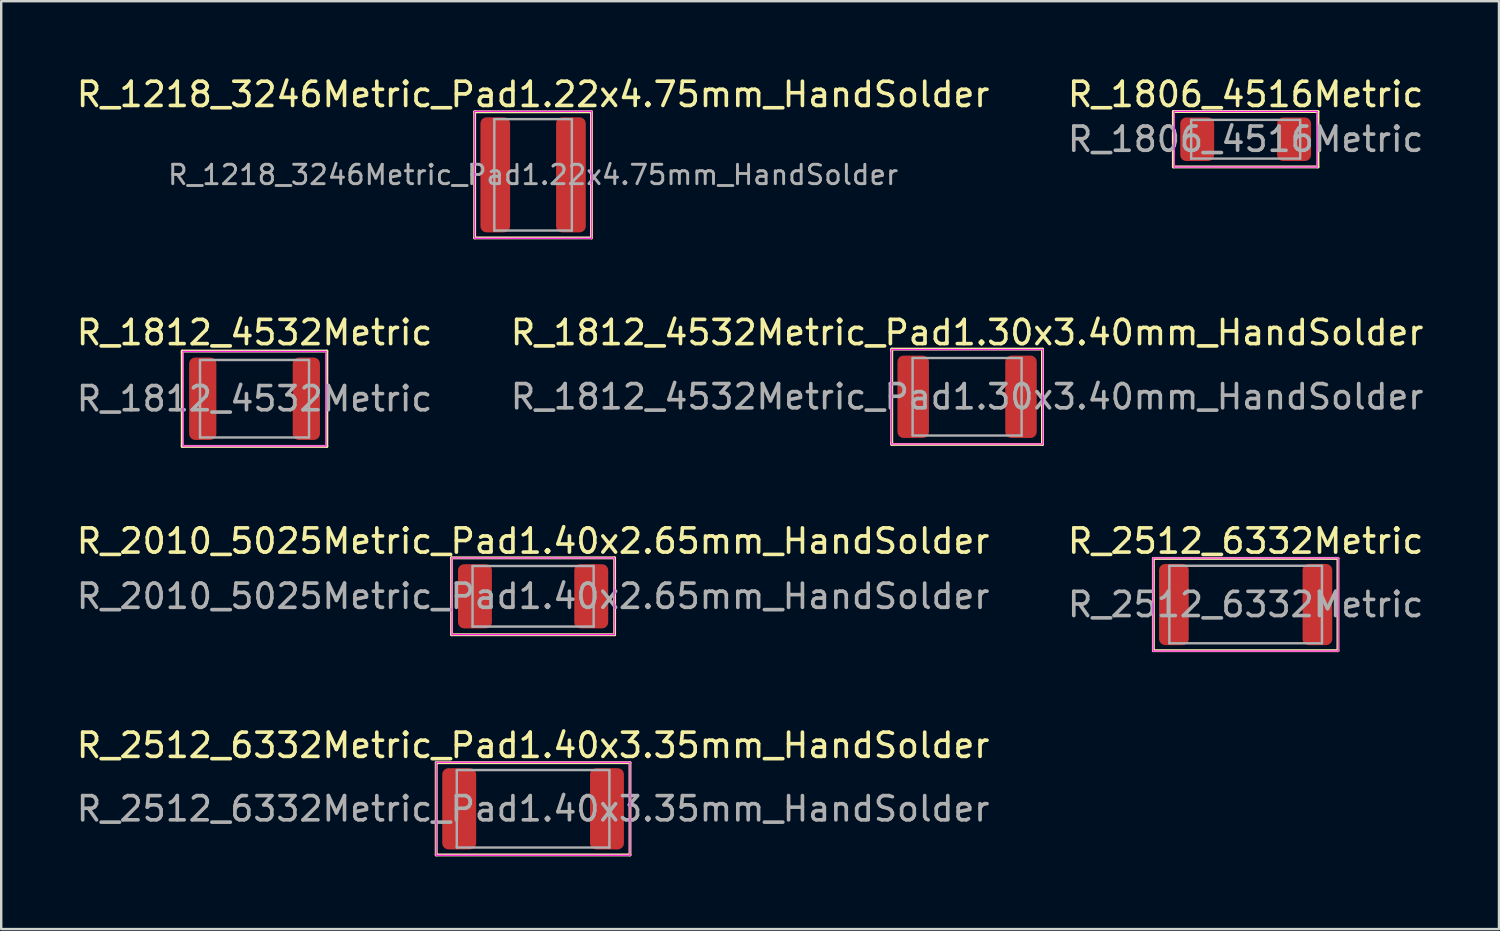
<source format=kicad_pcb>
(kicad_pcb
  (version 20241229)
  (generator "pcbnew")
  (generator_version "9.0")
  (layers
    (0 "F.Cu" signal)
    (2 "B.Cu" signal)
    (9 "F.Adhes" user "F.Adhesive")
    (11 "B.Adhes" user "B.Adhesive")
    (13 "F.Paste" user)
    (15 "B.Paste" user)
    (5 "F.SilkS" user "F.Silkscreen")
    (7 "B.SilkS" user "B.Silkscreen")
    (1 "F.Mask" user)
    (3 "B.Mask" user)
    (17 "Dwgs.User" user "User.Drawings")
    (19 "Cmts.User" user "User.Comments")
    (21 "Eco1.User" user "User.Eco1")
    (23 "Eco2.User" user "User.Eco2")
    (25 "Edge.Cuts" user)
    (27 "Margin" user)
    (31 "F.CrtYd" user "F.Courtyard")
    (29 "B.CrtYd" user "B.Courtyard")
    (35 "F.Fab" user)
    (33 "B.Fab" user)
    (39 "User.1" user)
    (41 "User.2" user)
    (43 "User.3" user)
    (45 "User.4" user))
  (footprint "R_1806_4516Metric"
    (layer "F.Cu")
    (at 48.375 2.698)
    (property "Reference" "R_1806_4516Metric" (at 0 -1.85 0) (layer "F.SilkS") (effects (font (size 1 1) (thickness 0.15))))
    (attr smd)
    (fp_line (start -2.985 -1.143) (end -2.985 1.143) (stroke (width 0.12) (type solid)) (layer "F.SilkS"))
    (fp_line (start -2.985 1.143) (end 2.985 1.143) (stroke (width 0.12) (type solid)) (layer "F.SilkS"))
    (fp_line (start 2.985 -1.143) (end -2.985 -1.143) (stroke (width 0.12) (type solid)) (layer "F.SilkS"))
    (fp_line (start 2.985 1.143) (end 2.985 -1.143) (stroke (width 0.12) (type solid)) (layer "F.SilkS"))
    (fp_line (start -2.95 -1.15) (end 2.95 -1.15) (stroke (width 0.05) (type solid)) (layer "F.CrtYd"))
    (fp_line (start -2.95 1.15) (end -2.95 -1.15) (stroke (width 0.05) (type solid)) (layer "F.CrtYd"))
    (fp_line (start 2.95 -1.15) (end 2.95 1.15) (stroke (width 0.05) (type solid)) (layer "F.CrtYd"))
    (fp_line (start 2.95 1.15) (end -2.95 1.15) (stroke (width 0.05) (type solid)) (layer "F.CrtYd"))
    (fp_line (start -2.25 -0.8) (end 2.25 -0.8) (stroke (width 0.1) (type solid)) (layer "F.Fab"))
    (fp_line (start -2.25 0.8) (end -2.25 -0.8) (stroke (width 0.1) (type solid)) (layer "F.Fab"))
    (fp_line (start 2.25 -0.8) (end 2.25 0.8) (stroke (width 0.1) (type solid)) (layer "F.Fab"))
    (fp_line (start 2.25 0.8) (end -2.25 0.8) (stroke (width 0.1) (type solid)) (layer "F.Fab"))
    (fp_text user "${REFERENCE}" (at 0 0 0) (layer "F.Fab") (effects (font (size 1 1) (thickness 0.15))))
    (pad "1" smd roundrect (at -2 0) (size 1.4 1.8) (layers "F.Cu" "F.Mask" "F.Paste") (roundrect_rratio 0.179))
    (pad "2" smd roundrect (at 2 0) (size 1.4 1.8) (layers "F.Cu" "F.Mask" "F.Paste") (roundrect_rratio 0.179)))
  (footprint "R_1812_4532Metric"
    (layer "F.Cu")
    (at 7.458 13.411)
    (property "Reference" "R_1812_4532Metric" (at 0 -2.731 0) (layer "F.SilkS") (effects (font (size 1 1) (thickness 0.15))))
    (attr smd)
    (fp_line (start -2.985 -1.968) (end -2.985 -1.905) (stroke (width 0.12) (type solid)) (layer "F.SilkS"))
    (fp_line (start -2.985 -1.905) (end -2.985 1.905) (stroke (width 0.12) (type solid)) (layer "F.SilkS"))
    (fp_line (start -2.985 1.905) (end -2.985 1.968) (stroke (width 0.12) (type solid)) (layer "F.SilkS"))
    (fp_line (start -2.985 1.968) (end 2.985 1.968) (stroke (width 0.12) (type solid)) (layer "F.SilkS"))
    (fp_line (start 2.985 -1.968) (end -2.985 -1.968) (stroke (width 0.12) (type solid)) (layer "F.SilkS"))
    (fp_line (start 2.985 1.968) (end 2.985 -1.968) (stroke (width 0.12) (type solid)) (layer "F.SilkS"))
    (fp_line (start -2.95 -1.95) (end 2.95 -1.95) (stroke (width 0.05) (type solid)) (layer "F.CrtYd"))
    (fp_line (start -2.95 1.95) (end -2.95 -1.95) (stroke (width 0.05) (type solid)) (layer "F.CrtYd"))
    (fp_line (start 2.95 -1.95) (end 2.95 1.95) (stroke (width 0.05) (type solid)) (layer "F.CrtYd"))
    (fp_line (start 2.95 1.95) (end -2.95 1.95) (stroke (width 0.05) (type solid)) (layer "F.CrtYd"))
    (fp_line (start -2.25 -1.6) (end 2.25 -1.6) (stroke (width 0.1) (type solid)) (layer "F.Fab"))
    (fp_line (start -2.25 1.6) (end -2.25 -1.6) (stroke (width 0.1) (type solid)) (layer "F.Fab"))
    (fp_line (start 2.25 -1.6) (end 2.25 1.6) (stroke (width 0.1) (type solid)) (layer "F.Fab"))
    (fp_line (start 2.25 1.6) (end -2.25 1.6) (stroke (width 0.1) (type solid)) (layer "F.Fab"))
    (fp_text user "${REFERENCE}" (at 0 0 0) (layer "F.Fab") (effects (font (size 1 1) (thickness 0.15))))
    (pad "1" smd roundrect (at -2.138 0) (size 1.125 3.4) (layers "F.Cu" "F.Mask" "F.Paste") (roundrect_rratio 0.222))
    (pad "2" smd roundrect (at 2.138 0) (size 1.125 3.4) (layers "F.Cu" "F.Mask" "F.Paste") (roundrect_rratio 0.222)))
  (footprint "R_1218_3246Metric_Pad1.22x4.75mm_HandSolder"
    (layer "F.Cu")
    (at 18.958 4.168)
    (property "Reference" "R_1218_3246Metric_Pad1.22x4.75mm_HandSolder" (at 0 -3.32 0) (layer "F.SilkS") (effects (font (size 1 1) (thickness 0.15))))
    (attr smd)
    (fp_line (start -2.413 -2.603) (end -2.413 2.603) (stroke (width 0.12) (type solid)) (layer "F.SilkS"))
    (fp_line (start -2.413 2.603) (end 2.413 2.603) (stroke (width 0.12) (type solid)) (layer "F.SilkS"))
    (fp_line (start 2.413 -2.603) (end -2.413 -2.603) (stroke (width 0.12) (type solid)) (layer "F.SilkS"))
    (fp_line (start 2.413 2.603) (end 2.413 -2.603) (stroke (width 0.12) (type solid)) (layer "F.SilkS"))
    (fp_line (start -2.42 -2.62) (end 2.42 -2.62) (stroke (width 0.05) (type solid)) (layer "F.CrtYd"))
    (fp_line (start -2.42 2.62) (end -2.42 -2.62) (stroke (width 0.05) (type solid)) (layer "F.CrtYd"))
    (fp_line (start 2.42 -2.62) (end 2.42 2.62) (stroke (width 0.05) (type solid)) (layer "F.CrtYd"))
    (fp_line (start 2.42 2.62) (end -2.42 2.62) (stroke (width 0.05) (type solid)) (layer "F.CrtYd"))
    (fp_line (start -1.6 -2.3) (end 1.6 -2.3) (stroke (width 0.1) (type solid)) (layer "F.Fab"))
    (fp_line (start -1.6 2.3) (end -1.6 -2.3) (stroke (width 0.1) (type solid)) (layer "F.Fab"))
    (fp_line (start 1.6 -2.3) (end 1.6 2.3) (stroke (width 0.1) (type solid)) (layer "F.Fab"))
    (fp_line (start 1.6 2.3) (end -1.6 2.3) (stroke (width 0.1) (type solid)) (layer "F.Fab"))
    (fp_text user "${REFERENCE}" (at 0 0 0) (layer "F.Fab") (effects (font (size 0.8 0.8) (thickness 0.12))))
    (pad "1" smd roundrect (at -1.562 0) (size 1.225 4.75) (layers "F.Cu" "F.Mask" "F.Paste") (roundrect_rratio 0.204))
    (pad "2" smd roundrect (at 1.562 0) (size 1.225 4.75) (layers "F.Cu" "F.Mask" "F.Paste") (roundrect_rratio 0.204)))
  (footprint "R_2512_6332Metric"
    (layer "F.Cu")
    (at 48.375 21.907)
    (property "Reference" "R_2512_6332Metric" (at 0 -2.62 0) (layer "F.SilkS") (effects (font (size 1 1) (thickness 0.15))))
    (attr smd)
    (fp_line (start -3.81 -1.905) (end -3.81 1.905) (stroke (width 0.12) (type solid)) (layer "F.SilkS"))
    (fp_line (start -3.81 1.905) (end 3.81 1.905) (stroke (width 0.12) (type solid)) (layer "F.SilkS"))
    (fp_line (start 3.81 -1.905) (end -3.81 -1.905) (stroke (width 0.12) (type solid)) (layer "F.SilkS"))
    (fp_line (start 3.81 1.905) (end 3.81 -1.905) (stroke (width 0.12) (type solid)) (layer "F.SilkS"))
    (fp_line (start -3.82 -1.92) (end 3.82 -1.92) (stroke (width 0.05) (type solid)) (layer "F.CrtYd"))
    (fp_line (start -3.82 1.92) (end -3.82 -1.92) (stroke (width 0.05) (type solid)) (layer "F.CrtYd"))
    (fp_line (start 3.82 -1.92) (end 3.82 1.92) (stroke (width 0.05) (type solid)) (layer "F.CrtYd"))
    (fp_line (start 3.82 1.92) (end -3.82 1.92) (stroke (width 0.05) (type solid)) (layer "F.CrtYd"))
    (fp_line (start -3.15 -1.6) (end 3.15 -1.6) (stroke (width 0.1) (type solid)) (layer "F.Fab"))
    (fp_line (start -3.15 1.6) (end -3.15 -1.6) (stroke (width 0.1) (type solid)) (layer "F.Fab"))
    (fp_line (start 3.15 -1.6) (end 3.15 1.6) (stroke (width 0.1) (type solid)) (layer "F.Fab"))
    (fp_line (start 3.15 1.6) (end -3.15 1.6) (stroke (width 0.1) (type solid)) (layer "F.Fab"))
    (fp_text user "${REFERENCE}" (at 0 0 0) (layer "F.Fab") (effects (font (size 1 1) (thickness 0.15))))
    (pad "1" smd roundrect (at -2.962 0) (size 1.225 3.35) (layers "F.Cu" "F.Mask" "F.Paste") (roundrect_rratio 0.204))
    (pad "2" smd roundrect (at 2.962 0) (size 1.225 3.35) (layers "F.Cu" "F.Mask" "F.Paste") (roundrect_rratio 0.204)))
  (footprint "R_2512_6332Metric_Pad1.40x3.35mm_HandSolder"
    (layer "F.Cu")
    (at 18.958 30.34)
    (property "Reference" "R_2512_6332Metric_Pad1.40x3.35mm_HandSolder" (at 0 -2.62 0) (layer "F.SilkS") (effects (font (size 1 1) (thickness 0.15))))
    (attr smd)
    (fp_line (start -4 -1.905) (end -4 1.905) (stroke (width 0.12) (type solid)) (layer "F.SilkS"))
    (fp_line (start -4 1.905) (end 4 1.905) (stroke (width 0.12) (type solid)) (layer "F.SilkS"))
    (fp_line (start 4 -1.905) (end -4 -1.905) (stroke (width 0.12) (type solid)) (layer "F.SilkS"))
    (fp_line (start 4 1.905) (end 4 -1.905) (stroke (width 0.12) (type solid)) (layer "F.SilkS"))
    (fp_line (start -4 -1.92) (end 4 -1.92) (stroke (width 0.05) (type solid)) (layer "F.CrtYd"))
    (fp_line (start -4 1.92) (end -4 -1.92) (stroke (width 0.05) (type solid)) (layer "F.CrtYd"))
    (fp_line (start 4 -1.92) (end 4 1.92) (stroke (width 0.05) (type solid)) (layer "F.CrtYd"))
    (fp_line (start 4 1.92) (end -4 1.92) (stroke (width 0.05) (type solid)) (layer "F.CrtYd"))
    (fp_line (start -3.15 -1.6) (end 3.15 -1.6) (stroke (width 0.1) (type solid)) (layer "F.Fab"))
    (fp_line (start -3.15 1.6) (end -3.15 -1.6) (stroke (width 0.1) (type solid)) (layer "F.Fab"))
    (fp_line (start 3.15 -1.6) (end 3.15 1.6) (stroke (width 0.1) (type solid)) (layer "F.Fab"))
    (fp_line (start 3.15 1.6) (end -3.15 1.6) (stroke (width 0.1) (type solid)) (layer "F.Fab"))
    (fp_text user "${REFERENCE}" (at 0 0 0) (layer "F.Fab") (effects (font (size 1 1) (thickness 0.15))))
    (pad "1" smd roundrect (at -3.05 0) (size 1.4 3.35) (layers "F.Cu" "F.Mask" "F.Paste") (roundrect_rratio 0.179))
    (pad "2" smd roundrect (at 3.05 0) (size 1.4 3.35) (layers "F.Cu" "F.Mask" "F.Paste") (roundrect_rratio 0.179)))
  (footprint "R_2010_5025Metric_Pad1.40x2.65mm_HandSolder"
    (layer "F.Cu")
    (at 18.958 21.567)
    (property "Reference" "R_2010_5025Metric_Pad1.40x2.65mm_HandSolder" (at 0 -2.28 0) (layer "F.SilkS") (effects (font (size 1 1) (thickness 0.15))))
    (attr smd)
    (fp_line (start -3.365 -1.587) (end -3.365 1.587) (stroke (width 0.12) (type solid)) (layer "F.SilkS"))
    (fp_line (start -3.365 1.587) (end 3.365 1.587) (stroke (width 0.12) (type solid)) (layer "F.SilkS"))
    (fp_line (start 3.365 -1.587) (end -3.365 -1.587) (stroke (width 0.12) (type solid)) (layer "F.SilkS"))
    (fp_line (start 3.365 1.587) (end 3.365 -1.587) (stroke (width 0.12) (type solid)) (layer "F.SilkS"))
    (fp_line (start -3.35 -1.58) (end 3.35 -1.58) (stroke (width 0.05) (type solid)) (layer "F.CrtYd"))
    (fp_line (start -3.35 1.58) (end -3.35 -1.58) (stroke (width 0.05) (type solid)) (layer "F.CrtYd"))
    (fp_line (start 3.35 -1.58) (end 3.35 1.58) (stroke (width 0.05) (type solid)) (layer "F.CrtYd"))
    (fp_line (start 3.35 1.58) (end -3.35 1.58) (stroke (width 0.05) (type solid)) (layer "F.CrtYd"))
    (fp_line (start -2.5 -1.25) (end 2.5 -1.25) (stroke (width 0.1) (type solid)) (layer "F.Fab"))
    (fp_line (start -2.5 1.25) (end -2.5 -1.25) (stroke (width 0.1) (type solid)) (layer "F.Fab"))
    (fp_line (start 2.5 -1.25) (end 2.5 1.25) (stroke (width 0.1) (type solid)) (layer "F.Fab"))
    (fp_line (start 2.5 1.25) (end -2.5 1.25) (stroke (width 0.1) (type solid)) (layer "F.Fab"))
    (fp_text user "${REFERENCE}" (at 0 0 0) (layer "F.Fab") (effects (font (size 1 1) (thickness 0.15))))
    (pad "1" smd roundrect (at -2.4 0) (size 1.4 2.65) (layers "F.Cu" "F.Mask" "F.Paste") (roundrect_rratio 0.179))
    (pad "2" smd roundrect (at 2.4 0) (size 1.4 2.65) (layers "F.Cu" "F.Mask" "F.Paste") (roundrect_rratio 0.179)))
  (footprint "R_1812_4532Metric_Pad1.30x3.40mm_HandSolder"
    (layer "F.Cu")
    (at 36.875 13.33)
    (property "Reference" "R_1812_4532Metric_Pad1.30x3.40mm_HandSolder" (at 0 -2.65 0) (layer "F.SilkS") (effects (font (size 1 1) (thickness 0.15))))
    (attr smd)
    (fp_line (start -3.111 -1.968) (end -3.111 -1.905) (stroke (width 0.12) (type solid)) (layer "F.SilkS"))
    (fp_line (start -3.111 -1.905) (end -3.111 1.905) (stroke (width 0.12) (type solid)) (layer "F.SilkS"))
    (fp_line (start -3.111 1.905) (end -3.111 1.968) (stroke (width 0.12) (type solid)) (layer "F.SilkS"))
    (fp_line (start -3.111 1.968) (end 3.111 1.968) (stroke (width 0.12) (type solid)) (layer "F.SilkS"))
    (fp_line (start 3.111 -1.968) (end -3.111 -1.968) (stroke (width 0.12) (type solid)) (layer "F.SilkS"))
    (fp_line (start 3.111 -1.905) (end 3.111 -1.968) (stroke (width 0.12) (type solid)) (layer "F.SilkS"))
    (fp_line (start 3.111 1.968) (end 3.111 -1.905) (stroke (width 0.12) (type solid)) (layer "F.SilkS"))
    (fp_line (start -3.12 -1.95) (end 3.12 -1.95) (stroke (width 0.05) (type solid)) (layer "F.CrtYd"))
    (fp_line (start -3.12 1.95) (end -3.12 -1.95) (stroke (width 0.05) (type solid)) (layer "F.CrtYd"))
    (fp_line (start 3.12 -1.95) (end 3.12 1.95) (stroke (width 0.05) (type solid)) (layer "F.CrtYd"))
    (fp_line (start 3.12 1.95) (end -3.12 1.95) (stroke (width 0.05) (type solid)) (layer "F.CrtYd"))
    (fp_line (start -2.25 -1.6) (end 2.25 -1.6) (stroke (width 0.1) (type solid)) (layer "F.Fab"))
    (fp_line (start -2.25 1.6) (end -2.25 -1.6) (stroke (width 0.1) (type solid)) (layer "F.Fab"))
    (fp_line (start 2.25 -1.6) (end 2.25 1.6) (stroke (width 0.1) (type solid)) (layer "F.Fab"))
    (fp_line (start 2.25 1.6) (end -2.25 1.6) (stroke (width 0.1) (type solid)) (layer "F.Fab"))
    (fp_text user "${REFERENCE}" (at 0 0 0) (layer "F.Fab") (effects (font (size 1 1) (thickness 0.15))))
    (pad "1" smd roundrect (at -2.225 0) (size 1.3 3.4) (layers "F.Cu" "F.Mask" "F.Paste") (roundrect_rratio 0.192))
    (pad "2" smd roundrect (at 2.225 0) (size 1.3 3.4) (layers "F.Cu" "F.Mask" "F.Paste") (roundrect_rratio 0.192)))
  (gr_rect
    (start -3 -3)
    (end 58.833 35.306)
    (stroke (width 0.1) (type default))
    (fill no)
    (layer "Edge.Cuts")))
</source>
